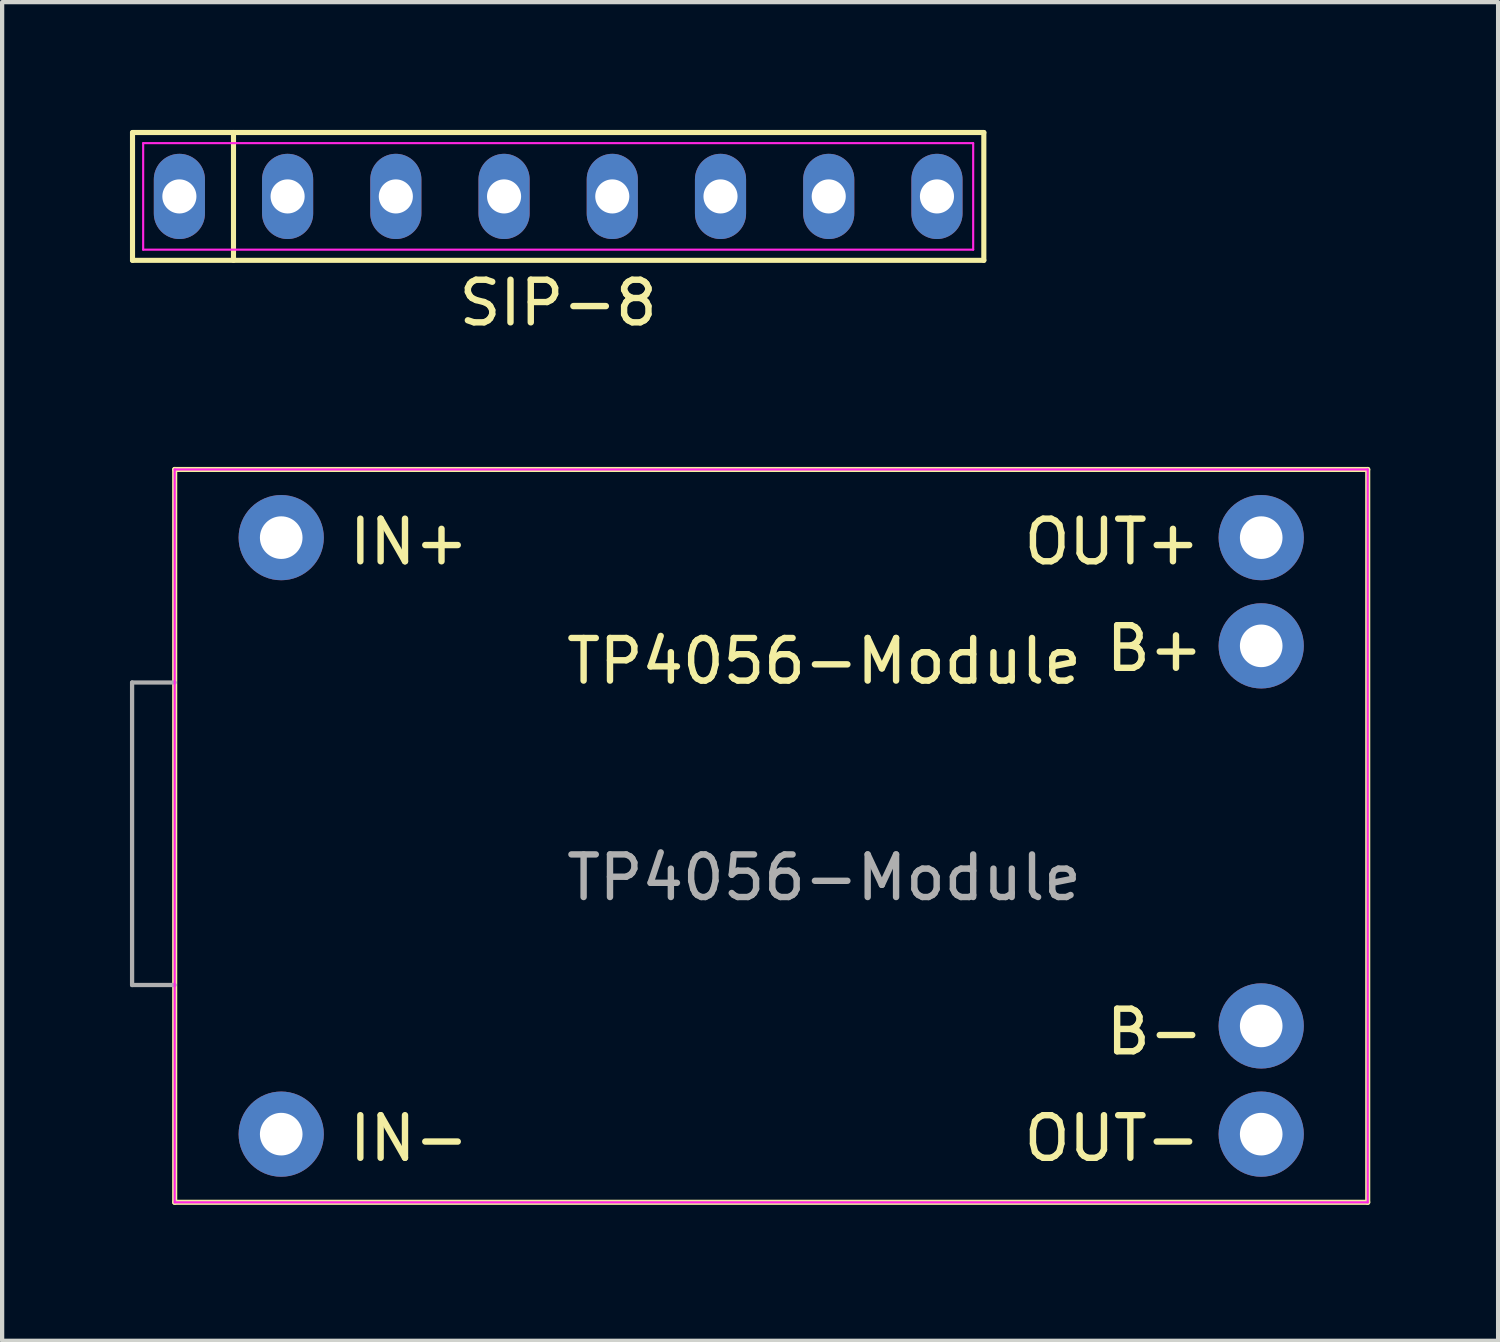
<source format=kicad_pcb>
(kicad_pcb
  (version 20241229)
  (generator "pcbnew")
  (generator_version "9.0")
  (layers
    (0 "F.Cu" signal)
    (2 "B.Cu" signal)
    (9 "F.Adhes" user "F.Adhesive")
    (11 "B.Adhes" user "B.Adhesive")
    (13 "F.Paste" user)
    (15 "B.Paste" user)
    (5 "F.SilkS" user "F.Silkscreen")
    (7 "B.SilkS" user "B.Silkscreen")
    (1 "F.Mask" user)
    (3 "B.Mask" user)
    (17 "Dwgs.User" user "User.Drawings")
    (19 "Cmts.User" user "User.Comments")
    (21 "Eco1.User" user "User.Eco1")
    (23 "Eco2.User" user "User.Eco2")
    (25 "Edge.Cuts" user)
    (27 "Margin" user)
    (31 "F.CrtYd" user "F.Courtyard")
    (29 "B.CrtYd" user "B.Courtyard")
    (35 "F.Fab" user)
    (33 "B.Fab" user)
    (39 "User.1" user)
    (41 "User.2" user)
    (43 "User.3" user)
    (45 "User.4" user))
  (footprint "TP4056-Module"
    (layer "F.Cu")
    (at 1.05 25.168)
    (property "Reference" "TP4056-Module" (at 15.24 -12.7 0) (unlocked yes) (layer "F.SilkS") (effects (font (size 1 1) (thickness 0.15))))
    (attr through_hole)
    (fp_line (start 0 -17.2) (end 0 0) (stroke (width 0.12) (type solid)) (layer "F.SilkS"))
    (fp_line (start 0 -17.2) (end 28 -17.2) (stroke (width 0.12) (type solid)) (layer "F.SilkS"))
    (fp_line (start 0 0) (end 28 0) (stroke (width 0.12) (type solid)) (layer "F.SilkS"))
    (fp_line (start 28 -17.2) (end 28 0) (stroke (width 0.12) (type solid)) (layer "F.SilkS"))
    (fp_line (start 0 -17.2) (end 28 -17.2) (stroke (width 0.05) (type solid)) (layer "F.CrtYd"))
    (fp_line (start 0 0) (end 0 -17.2) (stroke (width 0.05) (type solid)) (layer "F.CrtYd"))
    (fp_line (start 28 -17.2) (end 28 0) (stroke (width 0.05) (type solid)) (layer "F.CrtYd"))
    (fp_line (start 28 0) (end 0 0) (stroke (width 0.05) (type solid)) (layer "F.CrtYd"))
    (fp_line (start -1 -12.2) (end -1 -5.1) (stroke (width 0.1) (type solid)) (layer "F.Fab"))
    (fp_line (start -1 -5.1) (end 0 -5.1) (stroke (width 0.1) (type solid)) (layer "F.Fab"))
    (fp_line (start 0 -12.2) (end -1 -12.2) (stroke (width 0.1) (type solid)) (layer "F.Fab"))
    (fp_text user "B+" (at 23 -13 0) (unlocked yes) (layer "F.SilkS") (effects (font (size 1 1) (thickness 0.15))))
    (fp_text user "B-" (at 23 -4 0) (unlocked yes) (layer "F.SilkS") (effects (font (size 1 1) (thickness 0.15))))
    (fp_text user "OUT-" (at 22 -1.5 0) (unlocked yes) (layer "F.SilkS") (effects (font (size 1 1) (thickness 0.15))))
    (fp_text user "OUT+" (at 22 -15.5 0) (unlocked yes) (layer "F.SilkS") (effects (font (size 1 1) (thickness 0.15))))
    (fp_text user "IN-" (at 5.5 -1.5 0) (unlocked yes) (layer "F.SilkS") (effects (font (size 1 1) (thickness 0.15))))
    (fp_text user "IN+" (at 5.5 -15.5 0) (unlocked yes) (layer "F.SilkS") (effects (font (size 1 1) (thickness 0.15))))
    (fp_text user "${REFERENCE}" (at 15.24 -7.62 0) (unlocked yes) (layer "F.Fab") (effects (font (size 1 1) (thickness 0.15))))
    (pad "1" thru_hole circle (at 2.5 -15.6) (size 2 2) (drill 1) (layers "*.Cu" "*.Mask"))
    (pad "2" thru_hole circle (at 2.5 -1.6) (size 2 2) (drill 1) (layers "*.Cu" "*.Mask"))
    (pad "3" thru_hole circle (at 25.5 -15.6) (size 2 2) (drill 1) (layers "*.Cu" "*.Mask"))
    (pad "4" thru_hole circle (at 25.5 -13.06) (size 2 2) (drill 1) (layers "*.Cu" "*.Mask"))
    (pad "5" thru_hole circle (at 25.5 -4.14) (size 2 2) (drill 1) (layers "*.Cu" "*.Mask"))
    (pad "6" thru_hole circle (at 25.5 -1.6) (size 2 2) (drill 1) (layers "*.Cu" "*.Mask")))
  (footprint "SIP-8"
    (layer "F.Cu")
    (at 10.05 1.56)
    (property "Reference" "SIP-8" (at 0 2.5 0) (layer "F.SilkS") (effects (font (size 1 1) (thickness 0.15))))
    (fp_line (start -9.99 -1.5) (end 9.99 -1.5) (stroke (width 0.12) (type default)) (layer "F.SilkS"))
    (fp_line (start -9.99 1.5) (end -9.99 -1.5) (stroke (width 0.12) (type default)) (layer "F.SilkS"))
    (fp_line (start -7.62 -1.5) (end -7.62 1.5) (stroke (width 0.12) (type default)) (layer "F.SilkS"))
    (fp_line (start 9.99 -1.5) (end 9.99 1.5) (stroke (width 0.12) (type default)) (layer "F.SilkS"))
    (fp_line (start 9.99 1.5) (end -9.99 1.5) (stroke (width 0.12) (type default)) (layer "F.SilkS"))
    (fp_line (start -9.74 -1.25) (end 9.74 -1.25) (stroke (width 0.05) (type default)) (layer "F.CrtYd"))
    (fp_line (start -9.74 1.25) (end -9.74 -1.25) (stroke (width 0.05) (type default)) (layer "F.CrtYd"))
    (fp_line (start 9.74 -1.25) (end 9.74 1.25) (stroke (width 0.05) (type default)) (layer "F.CrtYd"))
    (fp_line (start 9.74 1.25) (end -9.74 1.25) (stroke (width 0.05) (type default)) (layer "F.CrtYd"))
    (pad "1" thru_hole oval (at -8.89 0) (size 1.2 2) (drill 0.8) (layers "*.Cu" "*.Mask"))
    (pad "2" thru_hole oval (at -6.35 0) (size 1.2 2) (drill 0.8) (layers "*.Cu" "*.Mask"))
    (pad "3" thru_hole oval (at -3.81 0) (size 1.2 2) (drill 0.8) (layers "*.Cu" "*.Mask"))
    (pad "4" thru_hole oval (at -1.27 0) (size 1.2 2) (drill 0.8) (layers "*.Cu" "*.Mask"))
    (pad "5" thru_hole oval (at 1.27 0) (size 1.2 2) (drill 0.8) (layers "*.Cu" "*.Mask"))
    (pad "6" thru_hole oval (at 3.81 0) (size 1.2 2) (drill 0.8) (layers "*.Cu" "*.Mask"))
    (pad "7" thru_hole oval (at 6.35 0) (size 1.2 2) (drill 0.8) (layers "*.Cu" "*.Mask"))
    (pad "8" thru_hole oval (at 8.89 0) (size 1.2 2) (drill 0.8) (layers "*.Cu" "*.Mask")))
  (gr_rect
    (start -3 -3)
    (end 32.11 28.418)
    (stroke (width 0.1) (type default))
    (fill no)
    (layer "Edge.Cuts")))
</source>
